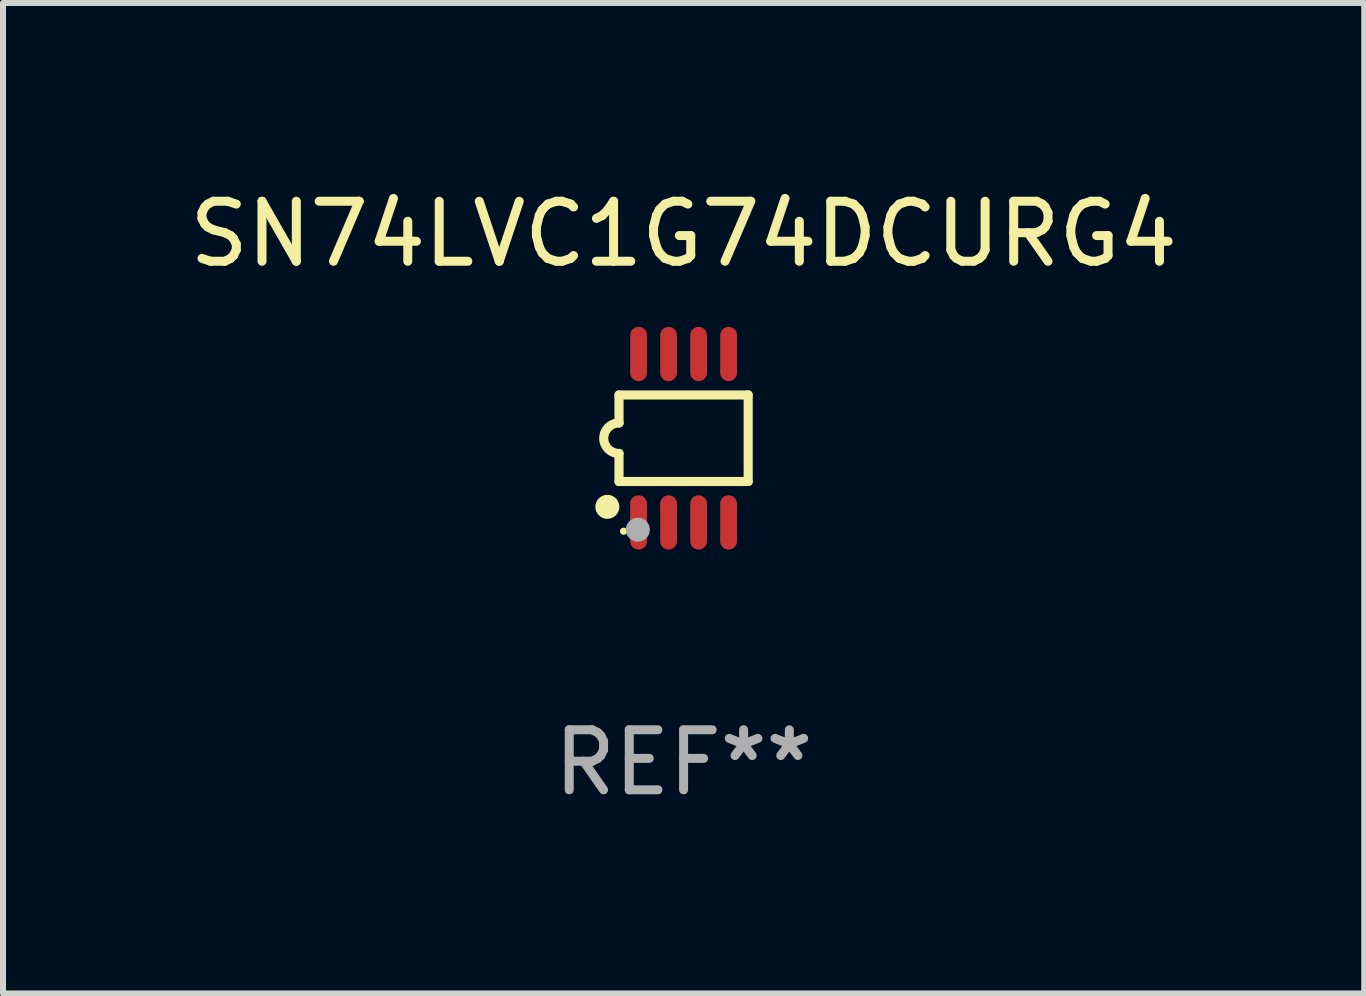
<source format=kicad_pcb>
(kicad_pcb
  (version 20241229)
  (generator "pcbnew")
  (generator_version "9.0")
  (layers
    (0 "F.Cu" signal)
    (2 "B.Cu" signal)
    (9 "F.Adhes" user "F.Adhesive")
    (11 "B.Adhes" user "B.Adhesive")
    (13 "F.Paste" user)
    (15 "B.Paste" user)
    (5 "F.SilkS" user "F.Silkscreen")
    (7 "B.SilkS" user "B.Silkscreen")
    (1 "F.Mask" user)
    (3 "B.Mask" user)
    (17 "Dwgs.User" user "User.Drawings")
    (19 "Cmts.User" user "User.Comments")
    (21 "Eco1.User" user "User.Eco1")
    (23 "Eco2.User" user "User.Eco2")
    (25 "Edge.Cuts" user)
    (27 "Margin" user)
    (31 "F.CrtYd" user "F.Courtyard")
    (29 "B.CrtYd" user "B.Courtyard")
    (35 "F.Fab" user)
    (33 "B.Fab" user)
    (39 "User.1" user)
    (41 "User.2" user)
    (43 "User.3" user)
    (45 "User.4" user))
  (footprint "SN74LVC1G74DCURG4"
    (layer "F.Cu")
    (at 8.339 4.251)
    (property "Reference" "SN74LVC1G74DCURG4" (at 0 -3.403 0) (layer "F.SilkS") (effects (font (size 1 1) (thickness 0.15))))
    (attr through_hole)
    (fp_line (start -1.076 -0.721) (end 1.076 -0.721) (stroke (width 0.152) (type solid)) (layer "F.SilkS"))
    (fp_line (start -1.076 -0.254) (end -1.076 -0.721) (stroke (width 0.152) (type solid)) (layer "F.SilkS"))
    (fp_line (start -1.076 0.254) (end -1.076 0.721) (stroke (width 0.152) (type solid)) (layer "F.SilkS"))
    (fp_line (start 1.076 -0.721) (end 1.076 0.721) (stroke (width 0.152) (type solid)) (layer "F.SilkS"))
    (fp_line (start 1.076 0.721) (end -1.076 0.721) (stroke (width 0.152) (type solid)) (layer "F.SilkS"))
    (fp_arc (start -1.076226 0.254051) (mid -1.330226 0.000051) (end -1.076226 -0.253949) (stroke (width 0.151994) (type solid)) (layer "F.SilkS"))
    (fp_circle (center -1.27 1.143) (end -1.17 1.143) (stroke (width 0.2) (type solid)) (fill no) (layer "F.SilkS"))
    (fp_circle (center -1 1.55) (end -0.97 1.55) (stroke (width 0.06) (type solid)) (fill no) (layer "F.SilkS"))
    (fp_circle (center -0.762 1.524) (end -0.662 1.524) (stroke (width 0.2) (type solid)) (fill no) (layer "F.Fab"))
    (fp_text user "REF**" (at 0 5.403 0) (layer "F.Fab") (effects (font (size 1 1) (thickness 0.15))))
    (pad "1" smd oval (at -0.75 1.403) (size 0.28 0.905) (layers "F.Cu" "F.Mask" "F.Paste"))
    (pad "2" smd oval (at -0.25 1.403) (size 0.28 0.905) (layers "F.Cu" "F.Mask" "F.Paste"))
    (pad "3" smd oval (at 0.25 1.403) (size 0.28 0.905) (layers "F.Cu" "F.Mask" "F.Paste"))
    (pad "4" smd oval (at 0.75 1.403) (size 0.28 0.905) (layers "F.Cu" "F.Mask" "F.Paste"))
    (pad "5" smd oval (at 0.75 -1.403) (size 0.28 0.905) (layers "F.Cu" "F.Mask" "F.Paste"))
    (pad "6" smd oval (at 0.25 -1.403) (size 0.28 0.905) (layers "F.Cu" "F.Mask" "F.Paste"))
    (pad "7" smd oval (at -0.25 -1.403) (size 0.28 0.905) (layers "F.Cu" "F.Mask" "F.Paste"))
    (pad "8" smd oval (at -0.75 -1.403) (size 0.28 0.905) (layers "F.Cu" "F.Mask" "F.Paste")))
  (gr_rect
    (start -3 -3)
    (end 19.679 13.502)
    (stroke (width 0.1) (type default))
    (fill no)
    (layer "Edge.Cuts")))
</source>
